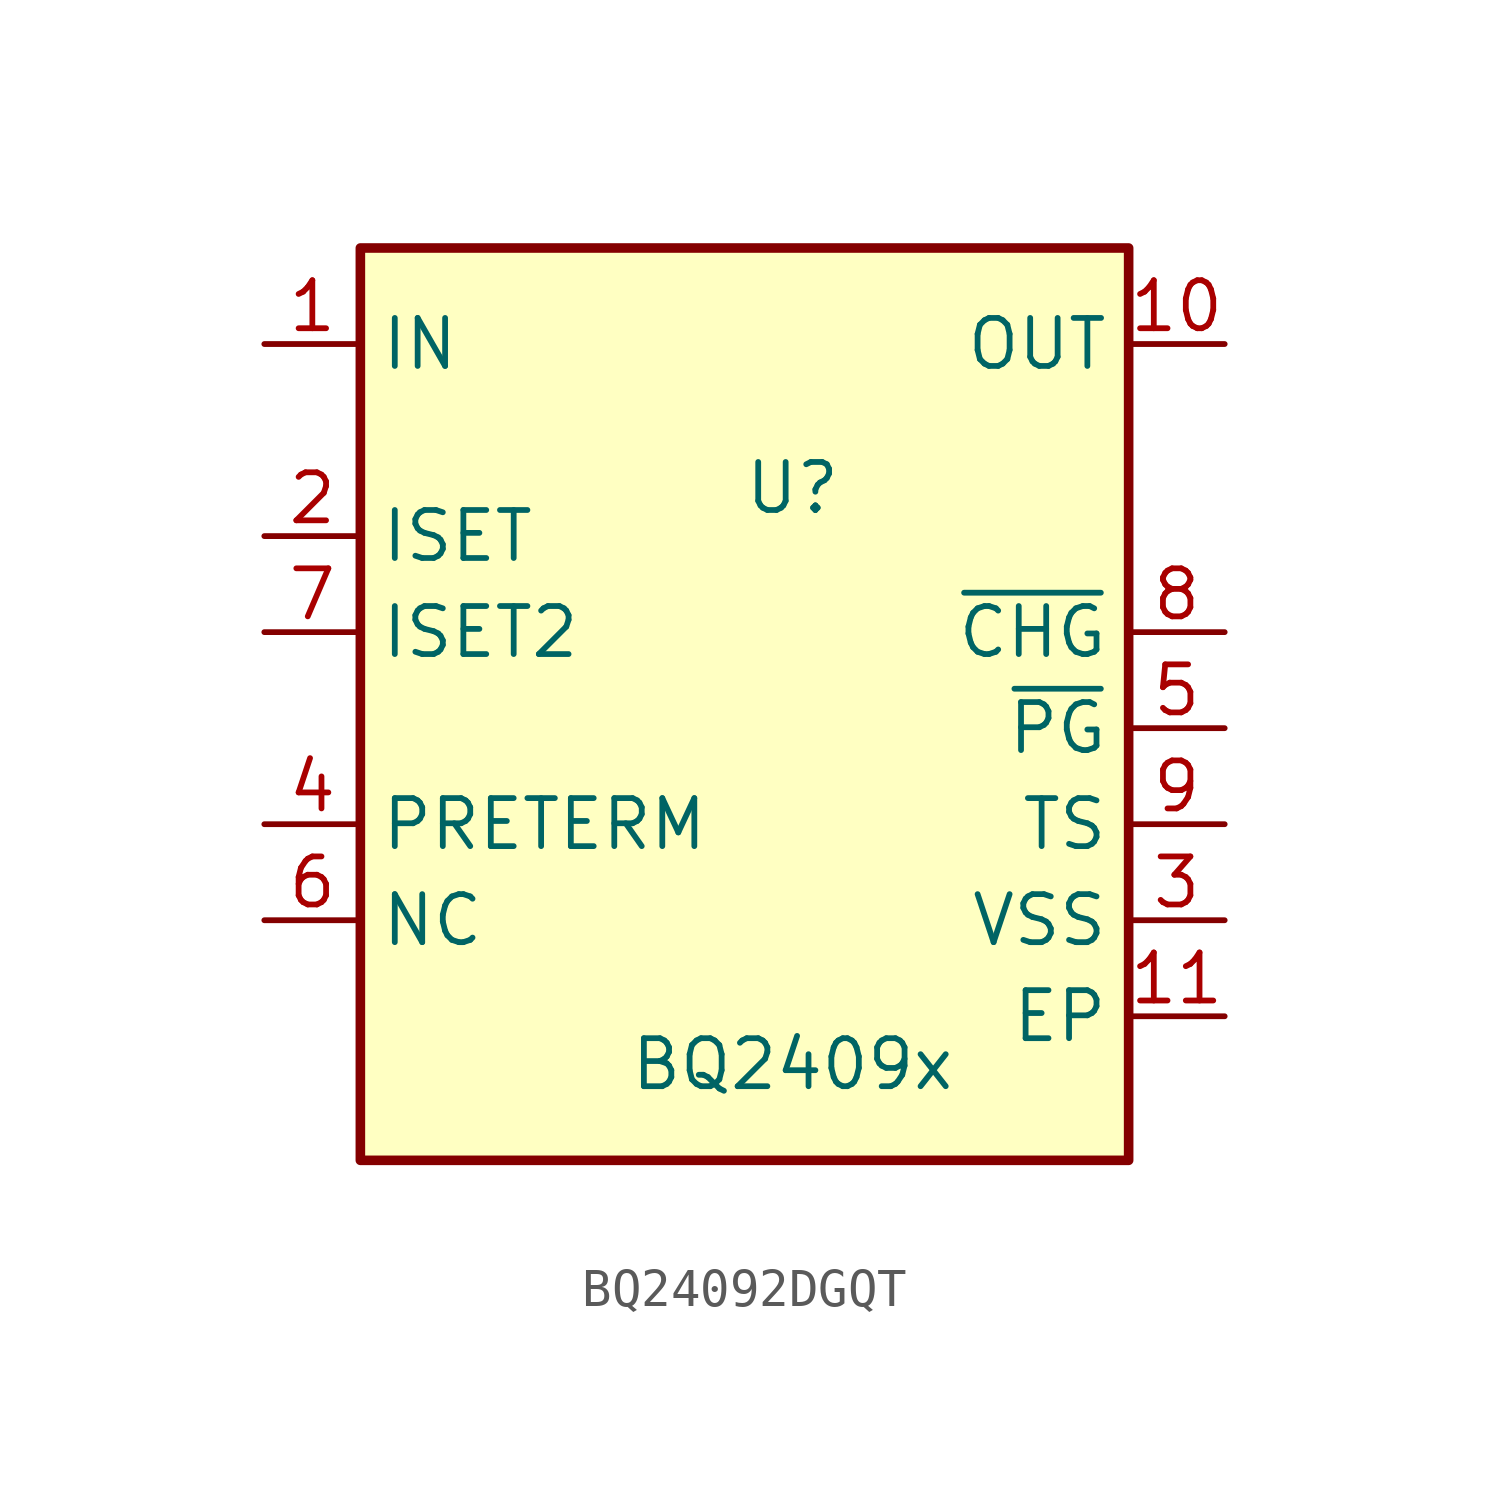
<source format=kicad_sym>
(kicad_symbol_lib
  (version 20211014)
  (generator None)
  (symbol "BQ24092DGQT"
    (property "Reference" "U"
      (at 1.27 6.35 0)
      (effects (font (size 1.27 1.27))))
    (property "Value" "BQ2409x"
      (at 1.27 -8.89 0)
      (effects (font (size 1.27 1.27))))
    (symbol "BQ24092DGQT_0_1"
      (rectangle (start -10.16 12.7) (end 10.16 -11.43) (stroke (width 0.254) (type default)) (fill (type background)))
      (pin unspecified line (at -12.7 10.16 0) (length 2.54) (name "IN" (effects (font (size 1.27 1.27)))) (number "1" (effects (font (size 1.27 1.27)))))
      (pin unspecified line (at 12.7 10.16 180) (length 2.54) (name "OUT" (effects (font (size 1.27 1.27)))) (number "10" (effects (font (size 1.27 1.27)))))
      (pin unspecified line (at 12.7 -7.62 180) (length 2.54) (name "EP" (effects (font (size 1.27 1.27)))) (number "11" (effects (font (size 1.27 1.27)))))
      (pin unspecified line (at -12.7 5.08 0) (length 2.54) (name "ISET" (effects (font (size 1.27 1.27)))) (number "2" (effects (font (size 1.27 1.27)))))
      (pin unspecified line (at 12.7 -5.08 180) (length 2.54) (name "VSS" (effects (font (size 1.27 1.27)))) (number "3" (effects (font (size 1.27 1.27)))))
      (pin unspecified line (at -12.7 -2.54 0) (length 2.54) (name "PRETERM" (effects (font (size 1.27 1.27)))) (number "4" (effects (font (size 1.27 1.27)))))
      (pin unspecified line (at 12.7 0 180) (length 2.54) (name "~{PG}" (effects (font (size 1.27 1.27)))) (number "5" (effects (font (size 1.27 1.27)))))
      (pin unspecified line (at -12.7 -5.08 0) (length 2.54) (name "NC" (effects (font (size 1.27 1.27)))) (number "6" (effects (font (size 1.27 1.27)))))
      (pin unspecified line (at -12.7 2.54 0) (length 2.54) (name "ISET2" (effects (font (size 1.27 1.27)))) (number "7" (effects (font (size 1.27 1.27)))))
      (pin unspecified line (at 12.7 2.54 180) (length 2.54) (name "~{CHG}" (effects (font (size 1.27 1.27)))) (number "8" (effects (font (size 1.27 1.27)))))
      (pin unspecified line (at 12.7 -2.54 180) (length 2.54) (name "TS" (effects (font (size 1.27 1.27)))) (number "9" (effects (font (size 1.27 1.27))))))))
</source>
